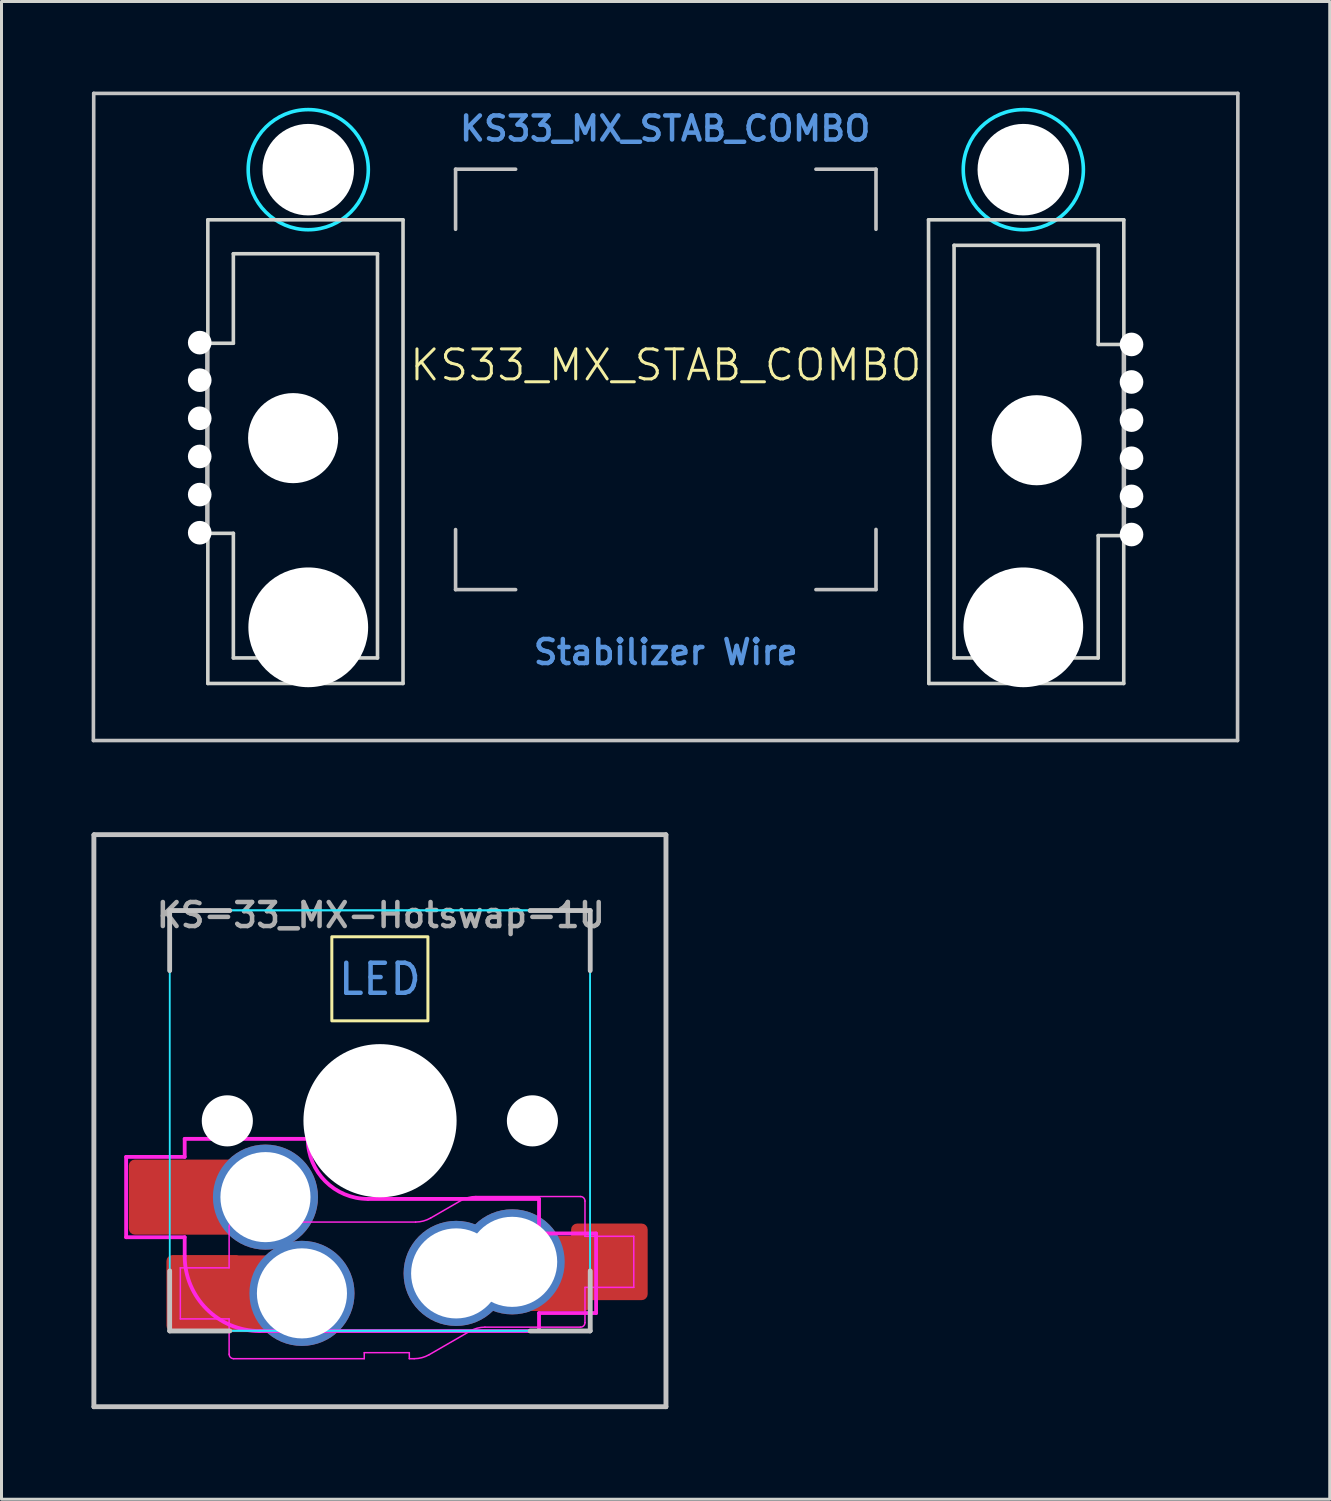
<source format=kicad_pcb>
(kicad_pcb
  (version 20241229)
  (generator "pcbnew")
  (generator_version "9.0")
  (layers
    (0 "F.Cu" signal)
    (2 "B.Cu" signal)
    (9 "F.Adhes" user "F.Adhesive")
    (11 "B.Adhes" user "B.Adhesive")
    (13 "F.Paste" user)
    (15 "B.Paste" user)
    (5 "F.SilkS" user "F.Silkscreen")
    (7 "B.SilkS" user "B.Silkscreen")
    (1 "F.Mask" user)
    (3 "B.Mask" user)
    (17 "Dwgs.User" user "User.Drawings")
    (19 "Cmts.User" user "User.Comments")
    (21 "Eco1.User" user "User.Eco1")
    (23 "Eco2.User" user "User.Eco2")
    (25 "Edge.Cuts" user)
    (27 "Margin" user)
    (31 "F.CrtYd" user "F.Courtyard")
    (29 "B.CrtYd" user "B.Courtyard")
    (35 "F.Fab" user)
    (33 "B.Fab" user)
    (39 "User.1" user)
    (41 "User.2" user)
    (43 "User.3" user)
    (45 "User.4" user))
  (footprint "KS33_MX_STAB_COMBO"
    (layer "F.Cu")
    (at 19.121 9.61)
    (property "Reference" "KS33_MX_STAB_COMBO" (at 0 -0.5 0) (unlocked yes) (layer "F.SilkS") (effects (font (size 1 1) (thickness 0.1))))
    (attr smd)
    (fp_line (start -19.06 12) (end 19.04 12) (stroke (width 0.12) (type solid)) (layer "Dwgs.User"))
    (fp_line (start -19.05 -9.55) (end -19.061 11.999) (stroke (width 0.12) (type solid)) (layer "Dwgs.User"))
    (fp_line (start -19.05 -9.55) (end 19.05 -9.55) (stroke (width 0.12) (type solid)) (layer "Dwgs.User"))
    (fp_line (start -15.266 5.1) (end -15.266 -1.21) (stroke (width 0.15) (type solid)) (layer "Dwgs.User"))
    (fp_line (start -7 -7.025) (end -5 -7.025) (stroke (width 0.12) (type solid)) (layer "Dwgs.User"))
    (fp_line (start -7 -5.025) (end -7 -7.025) (stroke (width 0.12) (type solid)) (layer "Dwgs.User"))
    (fp_line (start -7 6.975) (end -7 4.975) (stroke (width 0.12) (type solid)) (layer "Dwgs.User"))
    (fp_line (start -5 6.975) (end -7 6.975) (stroke (width 0.12) (type solid)) (layer "Dwgs.User"))
    (fp_line (start 5 -7.025) (end 7 -7.025) (stroke (width 0.12) (type solid)) (layer "Dwgs.User"))
    (fp_line (start 5 6.975) (end 7 6.975) (stroke (width 0.12) (type solid)) (layer "Dwgs.User"))
    (fp_line (start 7 -7.025) (end 7 -5.025) (stroke (width 0.12) (type solid)) (layer "Dwgs.User"))
    (fp_line (start 7 4.97) (end 7 6.97) (stroke (width 0.12) (type solid)) (layer "Dwgs.User"))
    (fp_line (start 15.255 5.16) (end 15.255 -1.15) (stroke (width 0.15) (type solid)) (layer "Dwgs.User"))
    (fp_line (start 19.05 -9.55) (end 19.04 12) (stroke (width 0.12) (type solid)) (layer "Dwgs.User"))
    (fp_line (start -15.25 -5.34) (end -8.75 -5.34) (stroke (width 0.12) (type solid)) (layer "Edge.Cuts"))
    (fp_line (start -15.25 -1.23) (end -15.25 -5.34) (stroke (width 0.12) (type solid)) (layer "Edge.Cuts"))
    (fp_line (start -15.25 10.1) (end -15.25 5.1) (stroke (width 0.12) (type solid)) (layer "Edge.Cuts"))
    (fp_line (start -14.4 -1.23) (end -15.25 -1.23) (stroke (width 0.12) (type solid)) (layer "Edge.Cuts"))
    (fp_line (start -14.4 -1.23) (end -14.4 -4.21) (stroke (width 0.12) (type solid)) (layer "Edge.Cuts"))
    (fp_line (start -14.4 5.1) (end -15.25 5.1) (stroke (width 0.12) (type solid)) (layer "Edge.Cuts"))
    (fp_line (start -14.4 5.1) (end -14.4 9.25) (stroke (width 0.12) (type solid)) (layer "Edge.Cuts"))
    (fp_line (start -14.4 9.25) (end -9.6 9.25) (stroke (width 0.12) (type solid)) (layer "Edge.Cuts"))
    (fp_line (start -9.6 -4.21) (end -14.4 -4.21) (stroke (width 0.12) (type solid)) (layer "Edge.Cuts"))
    (fp_line (start -9.6 9.25) (end -9.6 -4.21) (stroke (width 0.12) (type solid)) (layer "Edge.Cuts"))
    (fp_line (start -8.75 -5.34) (end -8.75 10.1) (stroke (width 0.12) (type solid)) (layer "Edge.Cuts"))
    (fp_line (start -8.75 10.1) (end -15.25 10.1) (stroke (width 0.12) (type solid)) (layer "Edge.Cuts"))
    (fp_line (start 8.75 -5.34) (end 8.76 10.1) (stroke (width 0.12) (type solid)) (layer "Edge.Cuts"))
    (fp_line (start 8.75 -5.34) (end 15.252 -5.34) (stroke (width 0.12) (type solid)) (layer "Edge.Cuts"))
    (fp_line (start 9.6 -4.49) (end 14.4 -4.49) (stroke (width 0.12) (type solid)) (layer "Edge.Cuts"))
    (fp_line (start 9.6 9.25) (end 9.6 -4.49) (stroke (width 0.12) (type solid)) (layer "Edge.Cuts"))
    (fp_line (start 14.4 -1.19) (end 14.4 -4.49) (stroke (width 0.12) (type solid)) (layer "Edge.Cuts"))
    (fp_line (start 14.4 5.175) (end 14.4 9.25) (stroke (width 0.12) (type solid)) (layer "Edge.Cuts"))
    (fp_line (start 14.4 5.175) (end 15.25 5.175) (stroke (width 0.12) (type solid)) (layer "Edge.Cuts"))
    (fp_line (start 14.4 9.25) (end 9.6 9.25) (stroke (width 0.12) (type solid)) (layer "Edge.Cuts"))
    (fp_line (start 15.25 10.1) (end 8.76 10.1) (stroke (width 0.12) (type solid)) (layer "Edge.Cuts"))
    (fp_line (start 15.25 10.1) (end 15.25 5.175) (stroke (width 0.12) (type solid)) (layer "Edge.Cuts"))
    (fp_line (start 15.255 -1.19) (end 14.4 -1.19) (stroke (width 0.12) (type solid)) (layer "Edge.Cuts"))
    (fp_line (start 15.255 -1.19) (end 15.252 -5.34) (stroke (width 0.12) (type solid)) (layer "Edge.Cuts"))
    (fp_circle (center -11.906 -7.01) (end -9.906 -7.01) (stroke (width 0.12) (type solid)) (fill no) (layer "B.CrtYd"))
    (fp_circle (center 11.906 -7.01) (end 13.906 -7.01) (stroke (width 0.12) (type solid)) (fill no) (layer "B.CrtYd"))
    (fp_text user "Stabilizer Wire" (at 0 9.525 0) (unlocked yes) (layer "Cmts.User") (effects (font (size 0.8 0.8) (thickness 0.15)) (justify bottom)))
    (fp_text user "KS33_MX_STAB_COMBO" (at -0.02 -7.91 0) (unlocked yes) (layer "Cmts.User") (effects (font (size 0.8 0.8) (thickness 0.15)) (justify bottom)))
    (pad "" np_thru_hole circle (at -15.52 -1.25 90) (size 0.787 0.787) (drill 0.787) (layers "*.Cu" "*.Mask"))
    (pad "" np_thru_hole circle (at -15.52 0 90) (size 0.787 0.787) (drill 0.787) (layers "*.Cu" "*.Mask"))
    (pad "" np_thru_hole circle (at -15.52 1.27 90) (size 0.787 0.787) (drill 0.787) (layers "*.Cu" "*.Mask"))
    (pad "" np_thru_hole circle (at -15.52 2.54 90) (size 0.787 0.787) (drill 0.787) (layers "*.Cu" "*.Mask"))
    (pad "" np_thru_hole circle (at -15.52 3.81 90) (size 0.787 0.787) (drill 0.787) (layers "*.Cu" "*.Mask"))
    (pad "" np_thru_hole circle (at -15.52 5.08 90) (size 0.787 0.787) (drill 0.787) (layers "*.Cu" "*.Mask"))
    (pad "" np_thru_hole circle (at -12.41 1.93) (size 3 3) (drill 3) (layers "*.Cu" "*.Mask"))
    (pad "" np_thru_hole circle (at -11.906 -7.01) (size 3.048 3.048) (drill 3.048) (layers "*.Cu" "*.Mask"))
    (pad "" np_thru_hole circle (at -11.906 8.23) (size 3.988 3.988) (drill 3.988) (layers "*.Cu" "*.Mask"))
    (pad "" np_thru_hole circle (at 11.906 -7.01) (size 3.048 3.048) (drill 3.048) (layers "*.Cu" "*.Mask"))
    (pad "" np_thru_hole circle (at 11.906 8.23) (size 3.988 3.988) (drill 3.988) (layers "*.Cu" "*.Mask"))
    (pad "" np_thru_hole circle (at 12.35 2) (size 3 3) (drill 3) (layers "*.Cu" "*.Mask"))
    (pad "" np_thru_hole circle (at 15.509 -1.19 270) (size 0.787 0.787) (drill 0.787) (layers "*.Cu" "*.Mask"))
    (pad "" np_thru_hole circle (at 15.509 0.06 270) (size 0.787 0.787) (drill 0.787) (layers "*.Cu" "*.Mask"))
    (pad "" np_thru_hole circle (at 15.509 1.33 270) (size 0.787 0.787) (drill 0.787) (layers "*.Cu" "*.Mask"))
    (pad "" np_thru_hole circle (at 15.509 2.6 270) (size 0.787 0.787) (drill 0.787) (layers "*.Cu" "*.Mask"))
    (pad "" np_thru_hole circle (at 15.509 3.87 270) (size 0.787 0.787) (drill 0.787) (layers "*.Cu" "*.Mask"))
    (pad "" np_thru_hole circle (at 15.509 5.14 270) (size 0.787 0.787) (drill 0.787) (layers "*.Cu" "*.Mask")))
  (footprint "KS-33_MX-Hotswap-1U"
    (layer "F.Cu")
    (at 9.6 34.275)
    (property "Reference" "KS-33_MX-Hotswap-1U" (at 0.03 -6.85 180) (layer "F.Fab") (effects (font (size 0.8 0.8) (thickness 0.15))))
    (attr smd)
    (fp_rect (start -1.6 -6.13) (end 1.6 -3.33) (stroke (width 0.1) (type default)) (fill no) (layer "F.SilkS"))
    (fp_line (start -9.525 -9.525) (end -9.525 9.525) (stroke (width 0.15) (type solid)) (layer "Dwgs.User"))
    (fp_line (start -9.525 -9.525) (end 9.525 -9.525) (stroke (width 0.15) (type solid)) (layer "Dwgs.User"))
    (fp_line (start -9.525 9.525) (end 9.525 9.525) (stroke (width 0.15) (type solid)) (layer "Dwgs.User"))
    (fp_line (start -9.52 9.52) (end -9.52 -9.53) (stroke (width 0.15) (type solid)) (layer "Dwgs.User"))
    (fp_line (start -7 -7) (end -7 -5) (stroke (width 0.15) (type solid)) (layer "Dwgs.User"))
    (fp_line (start -7 5) (end -7 7) (stroke (width 0.15) (type solid)) (layer "Dwgs.User"))
    (fp_line (start -7 7) (end -5 7) (stroke (width 0.15) (type solid)) (layer "Dwgs.User"))
    (fp_line (start -6.995 -7.005) (end -4.995 -7.005) (stroke (width 0.15) (type solid)) (layer "Dwgs.User"))
    (fp_line (start -6.995 -5.005) (end -6.995 -7.005) (stroke (width 0.15) (type solid)) (layer "Dwgs.User"))
    (fp_line (start -6.995 4.995) (end -6.995 6.995) (stroke (width 0.15) (type solid)) (layer "Dwgs.User"))
    (fp_line (start -6.995 6.995) (end -4.995 6.995) (stroke (width 0.15) (type solid)) (layer "Dwgs.User"))
    (fp_line (start -5 -7) (end -7 -7) (stroke (width 0.15) (type solid)) (layer "Dwgs.User"))
    (fp_line (start 5.005 6.995) (end 7.005 6.995) (stroke (width 0.15) (type solid)) (layer "Dwgs.User"))
    (fp_line (start 7 -7) (end 5 -7) (stroke (width 0.15) (type solid)) (layer "Dwgs.User"))
    (fp_line (start 7 -5) (end 7 -7) (stroke (width 0.15) (type solid)) (layer "Dwgs.User"))
    (fp_line (start 7 5) (end 7 7) (stroke (width 0.15) (type solid)) (layer "Dwgs.User"))
    (fp_line (start 7 7) (end 5 7) (stroke (width 0.15) (type solid)) (layer "Dwgs.User"))
    (fp_line (start 7.005 -7.005) (end 5.005 -7.005) (stroke (width 0.15) (type solid)) (layer "Dwgs.User"))
    (fp_line (start 7.005 -5.005) (end 7.005 -7.005) (stroke (width 0.15) (type solid)) (layer "Dwgs.User"))
    (fp_line (start 7.005 6.995) (end 7.005 4.995) (stroke (width 0.15) (type solid)) (layer "Dwgs.User"))
    (fp_line (start 9.525 -9.525) (end 9.525 9.525) (stroke (width 0.15) (type solid)) (layer "Dwgs.User"))
    (fp_line (start 9.53 -9.53) (end -9.52 -9.53) (stroke (width 0.15) (type solid)) (layer "Dwgs.User"))
    (fp_line (start 9.53 9.52) (end -9.52 9.52) (stroke (width 0.15) (type solid)) (layer "Dwgs.User"))
    (fp_line (start 9.53 9.52) (end 9.53 -9.53) (stroke (width 0.15) (type solid)) (layer "Dwgs.User"))
    (fp_line (start -6.95 -6.47) (end -6.95 6.43) (stroke (width 0.05) (type solid)) (layer "Eco2.User"))
    (fp_line (start -6.95 -6.45) (end -6.95 6.45) (stroke (width 0.05) (type solid)) (layer "Eco2.User"))
    (fp_line (start -6.45 6.95) (end 6.45 6.95) (stroke (width 0.05) (type solid)) (layer "Eco2.User"))
    (fp_line (start 6.45 -6.97) (end -6.45 -6.97) (stroke (width 0.05) (type solid)) (layer "Eco2.User"))
    (fp_line (start 6.45 -6.95) (end -6.45 -6.95) (stroke (width 0.05) (type solid)) (layer "Eco2.User"))
    (fp_line (start 6.95 6.43) (end 6.95 -6.47) (stroke (width 0.05) (type solid)) (layer "Eco2.User"))
    (fp_line (start 6.95 6.45) (end 6.95 -6.45) (stroke (width 0.05) (type solid)) (layer "Eco2.User"))
    (fp_arc (start -6.95 -6.47) (mid -6.803553 -6.823553) (end -6.45 -6.97) (stroke (width 0.05) (type solid)) (layer "Eco2.User"))
    (fp_arc (start -6.95 -6.45) (mid -6.803553 -6.803553) (end -6.45 -6.95) (stroke (width 0.05) (type solid)) (layer "Eco2.User"))
    (fp_arc (start -6.45 6.95) (mid -6.803552 6.803553) (end -6.95 6.45) (stroke (width 0.05) (type solid)) (layer "Eco2.User"))
    (fp_arc (start 6.45 -6.97) (mid 6.803553 -6.823553) (end 6.95 -6.47) (stroke (width 0.05) (type solid)) (layer "Eco2.User"))
    (fp_arc (start 6.45 -6.95) (mid 6.803554 -6.803554) (end 6.95 -6.45) (stroke (width 0.05) (type solid)) (layer "Eco2.User"))
    (fp_rect (start -7 -7.02) (end 7 6.98) (stroke (width 0.05) (type default)) (fill no) (layer "B.CrtYd"))
    (fp_rect (start -7 -7) (end 7 7) (stroke (width 0.05) (type default)) (fill no) (layer "B.CrtYd"))
    (fp_line (start -8.45 1.2) (end -8.45 3.875) (stroke (width 0.127) (type solid)) (layer "F.CrtYd"))
    (fp_line (start -8.45 3.875) (end -6.5 3.875) (stroke (width 0.127) (type solid)) (layer "F.CrtYd"))
    (fp_line (start -6.645 4.895) (end -6.645 6.595) (stroke (width 0.05) (type solid)) (layer "F.CrtYd"))
    (fp_line (start -6.645 6.595) (end -5.02 6.595) (stroke (width 0.05) (type solid)) (layer "F.CrtYd"))
    (fp_line (start -6.5 1.2) (end -8.45 1.2) (stroke (width 0.127) (type solid)) (layer "F.CrtYd"))
    (fp_line (start -6.5 1.2) (end -6.5 0.6) (stroke (width 0.127) (type solid)) (layer "F.CrtYd"))
    (fp_line (start -6.5 3.875) (end -6.5 4.5) (stroke (width 0.127) (type solid)) (layer "F.CrtYd"))
    (fp_line (start -5.02 3.52) (end -5.02 4.895) (stroke (width 0.05) (type solid)) (layer "F.CrtYd"))
    (fp_line (start -5.02 4.895) (end -6.645 4.895) (stroke (width 0.05) (type solid)) (layer "F.CrtYd"))
    (fp_line (start -5.02 6.595) (end -5.02 7.77) (stroke (width 0.05) (type solid)) (layer "F.CrtYd"))
    (fp_line (start -4.87 7.92) (end -0.52 7.92) (stroke (width 0.05) (type solid)) (layer "F.CrtYd"))
    (fp_line (start -4 7) (end 5.3 7) (stroke (width 0.127) (type solid)) (layer "F.CrtYd"))
    (fp_line (start -2.4 0.6) (end -6.5 0.6) (stroke (width 0.127) (type solid)) (layer "F.CrtYd"))
    (fp_line (start -0.52 7.72) (end 0.98 7.72) (stroke (width 0.05) (type solid)) (layer "F.CrtYd"))
    (fp_line (start -0.52 7.92) (end -0.52 7.72) (stroke (width 0.05) (type solid)) (layer "F.CrtYd"))
    (fp_line (start 0.98 7.72) (end 0.98 7.92) (stroke (width 0.05) (type solid)) (layer "F.CrtYd"))
    (fp_line (start 0.98 7.92) (end 1.143 7.92) (stroke (width 0.05) (type solid)) (layer "F.CrtYd"))
    (fp_line (start 1.19 3.37) (end -4.87 3.37) (stroke (width 0.05) (type solid)) (layer "F.CrtYd"))
    (fp_line (start 1.643 7.786) (end 2.998 7.004) (stroke (width 0.05) (type solid)) (layer "F.CrtYd"))
    (fp_line (start 2.698 2.654) (end 1.69 3.236) (stroke (width 0.05) (type solid)) (layer "F.CrtYd"))
    (fp_line (start 3.498 6.87) (end 6.68 6.87) (stroke (width 0.05) (type solid)) (layer "F.CrtYd"))
    (fp_line (start 5.3 2.6) (end -0.4 2.6) (stroke (width 0.127) (type solid)) (layer "F.CrtYd"))
    (fp_line (start 5.3 3.75) (end 5.3 2.6) (stroke (width 0.127) (type solid)) (layer "F.CrtYd"))
    (fp_line (start 5.3 3.75) (end 7.2 3.75) (stroke (width 0.127) (type solid)) (layer "F.CrtYd"))
    (fp_line (start 5.3 6.4) (end 5.3 7) (stroke (width 0.127) (type solid)) (layer "F.CrtYd"))
    (fp_line (start 6.68 2.52) (end 3.198 2.52) (stroke (width 0.05) (type solid)) (layer "F.CrtYd"))
    (fp_line (start 6.83 3.845) (end 6.83 2.67) (stroke (width 0.05) (type solid)) (layer "F.CrtYd"))
    (fp_line (start 6.83 5.545) (end 8.455 5.545) (stroke (width 0.05) (type solid)) (layer "F.CrtYd"))
    (fp_line (start 6.83 6.72) (end 6.83 5.545) (stroke (width 0.05) (type solid)) (layer "F.CrtYd"))
    (fp_line (start 7.2 3.75) (end 7.2 6.4) (stroke (width 0.127) (type solid)) (layer "F.CrtYd"))
    (fp_line (start 7.2 6.4) (end 5.3 6.4) (stroke (width 0.127) (type solid)) (layer "F.CrtYd"))
    (fp_line (start 8.455 3.845) (end 6.83 3.845) (stroke (width 0.05) (type solid)) (layer "F.CrtYd"))
    (fp_line (start 8.455 5.545) (end 8.455 3.845) (stroke (width 0.05) (type solid)) (layer "F.CrtYd"))
    (fp_arc (start -5.02 3.52) (mid -4.976066 3.413934) (end -4.87 3.37) (stroke (width 0.05) (type solid)) (layer "F.CrtYd"))
    (fp_arc (start -4.87 7.92) (mid -4.976066 7.876066) (end -5.02 7.77) (stroke (width 0.05) (type solid)) (layer "F.CrtYd"))
    (fp_arc (start -4 7) (mid -5.767767 6.267767) (end -6.5 4.5) (stroke (width 0.127) (type solid)) (layer "F.CrtYd"))
    (fp_arc (start -0.4 2.6) (mid -1.814214 2.014214) (end -2.4 0.6) (stroke (width 0.127) (type solid)) (layer "F.CrtYd"))
    (fp_arc (start 1.643397 7.786025) (mid 1.402216 7.885925) (end 1.143397 7.92) (stroke (width 0.05) (type solid)) (layer "F.CrtYd"))
    (fp_arc (start 1.689808 3.236025) (mid 1.448627 3.335927) (end 1.189808 3.37) (stroke (width 0.05) (type solid)) (layer "F.CrtYd"))
    (fp_arc (start 2.697949 2.653975) (mid 2.939131 2.554086) (end 3.197949 2.52) (stroke (width 0.05) (type solid)) (layer "F.CrtYd"))
    (fp_arc (start 2.997949 7.003975) (mid 3.239134 6.904092) (end 3.497949 6.87) (stroke (width 0.05) (type solid)) (layer "F.CrtYd"))
    (fp_arc (start 6.68 2.52) (mid 6.786066 2.563934) (end 6.83 2.67) (stroke (width 0.05) (type solid)) (layer "F.CrtYd"))
    (fp_arc (start 6.83 6.72) (mid 6.786066 6.826066) (end 6.68 6.87) (stroke (width 0.05) (type solid)) (layer "F.CrtYd"))
    (fp_text user "LED" (at 0 -4.72 0) (unlocked yes) (layer "Cmts.User") (effects (font (size 1 1) (thickness 0.15))))
    (pad "" np_thru_hole circle (at -5.08 0 131.901) (size 1.702 1.702) (drill 1.702) (layers "*.Cu" "*.Mask"))
    (pad "" np_thru_hole circle (at 0 0 180) (size 3.988 3.988) (drill 3.988) (layers "*.Cu" "*.Mask"))
    (pad "" np_thru_hole circle (at 0.005 -0.005 180) (size 5.1 5.1) (drill 5.1) (layers "*.Cu" "*.Mask"))
    (pad "" np_thru_hole circle (at 5.08 0 131.901) (size 1.702 1.702) (drill 1.702) (layers "*.Cu" "*.Mask"))
    (pad "1" thru_hole circle (at 2.54 5.08 180) (size 3.5 3.5) (drill 3) (layers "*.Cu" "*.Mask"))
    (pad "1" thru_hole circle (at 4.405 4.695 180) (size 3.5 3.5) (drill 3) (layers "*.Cu" "*.Mask"))
    (pad "1" smd custom (at 7.643 4.695 180) (size 2.55 2.55) (layers "F.Cu" "F.Mask" "F.Paste") (options (anchor circle)) (primitives (gr_poly (pts (xy -1.275 -1.075) (xy -1.26 -1.152) (xy -1.216 -1.216) (xy -1.152 -1.26) (xy -1.075 -1.275) (xy 1.075 -1.275) (xy 1.152 -1.26) (xy 1.216 -1.216) (xy 1.26 -1.152) (xy 1.275 -1.075) (xy 1.275 1.075) (xy 1.26 1.152) (xy 1.216 1.216) (xy 1.152 1.26) (xy 1.075 1.275) (xy -1.075 1.275) (xy -1.152 1.26) (xy -1.216 1.216) (xy -1.26 1.152) (xy -1.275 1.075)) (width 0) (fill yes)) (gr_poly (pts (xy 0.761 0.847) (xy 0.696 0.804) (xy 0.653 0.739) (xy 0.638 0.663) (xy 0.638 -1.437) (xy 0.653 -1.514) (xy 0.696 -1.579) (xy 0.761 -1.622) (xy 0.838 -1.637) (xy 2.734 -1.637) (xy 2.576 -1.572) (xy 2.377 -1.458) (xy 2.196 -1.318) (xy 2.034 -1.156) (xy 1.895 -0.975) (xy 1.78 -0.776) (xy 1.692 -0.565) (xy 1.633 -0.344) (xy 1.603 -0.117) (xy 1.603 0.112) (xy 1.633 0.339) (xy 1.692 0.56) (xy 1.78 0.772) (xy 1.833 0.863) (xy 0.838 0.863)) (width 0) (fill yes))))
    (pad "2" smd custom (at -7.085 2.54 180) (size 2.5 2.5) (layers "F.Cu" "F.Mask" "F.Paste") (options (anchor circle)) (primitives (gr_poly (pts (xy -1.275 -1.05) (xy -1.26 -1.127) (xy -1.216 -1.191) (xy -1.152 -1.235) (xy -1.075 -1.25) (xy 1.075 -1.25) (xy 1.152 -1.235) (xy 1.216 -1.191) (xy 1.26 -1.127) (xy 1.275 -1.05) (xy 1.275 1.05) (xy 1.26 1.127) (xy 1.216 1.191) (xy 1.152 1.235) (xy 1.075 1.25) (xy -1.075 1.25) (xy -1.152 1.235) (xy -1.216 1.191) (xy -1.26 1.127) (xy -1.275 1.05)) (width 0) (fill yes)) (gr_poly (pts (xy -2.089 1.154) (xy -1.95 0.972) (xy -1.835 0.774) (xy -1.748 0.563) (xy -1.689 0.341) (xy -1.659 0.114) (xy -1.659 -0.114) (xy -1.689 -0.341) (xy -1.748 -0.563) (xy -1.835 -0.774) (xy -1.95 -0.972) (xy -2.089 -1.154) (xy -2.185 -1.25) (xy -0.745 -1.25) (xy -0.682 -1.237) (xy -0.628 -1.202) (xy -0.593 -1.148) (xy -0.58 -1.085) (xy -0.58 1.085) (xy -0.593 1.148) (xy -0.628 1.202) (xy -0.682 1.237) (xy -0.745 1.25) (xy -2.185 1.25)) (width 0) (fill yes))))
    (pad "2" smd custom (at -5.832 5.745 180) (size 2.55 2.55) (layers "F.Cu" "F.Mask" "F.Paste") (options (anchor circle)) (primitives (gr_poly (pts (xy -1.275 -1.075) (xy -1.26 -1.152) (xy -1.216 -1.216) (xy -1.152 -1.26) (xy -1.075 -1.275) (xy 1.075 -1.275) (xy 1.152 -1.26) (xy 1.216 -1.216) (xy 1.26 -1.152) (xy 1.275 -1.075) (xy 1.275 1.075) (xy 1.26 1.152) (xy 1.216 1.216) (xy 1.152 1.26) (xy 1.075 1.275) (xy -1.075 1.275) (xy -1.152 1.26) (xy -1.216 1.216) (xy -1.26 1.152) (xy -1.275 1.075)) (width 0) (fill yes)) (gr_poly (pts (xy -2.123 1.255) (xy -2.143 1.241) (xy -2.057 1.154) (xy -1.917 0.972) (xy -1.803 0.774) (xy -1.715 0.563) (xy -1.656 0.341) (xy -1.626 0.114) (xy -1.626 -0.114) (xy -1.656 -0.341) (xy -1.715 -0.563) (xy -1.803 -0.774) (xy -1.917 -0.972) (xy -2.057 -1.154) (xy -2.158 -1.256) (xy -2.123 -1.28) (xy -2.07 -1.29) (xy -0.59 -1.29) (xy -0.537 -1.28) (xy -0.493 -1.25) (xy -0.463 -1.205) (xy -0.453 -1.152) (xy -0.453 1.127) (xy -0.463 1.18) (xy -0.493 1.225) (xy -0.537 1.255) (xy -0.59 1.265) (xy -2.07 1.265)) (width 0) (fill yes))))
    (pad "2" thru_hole circle (at -3.81 2.54 180) (size 3.5 3.5) (drill 3) (layers "*.Cu" "*.Mask"))
    (pad "2" thru_hole circle (at -2.595 5.745 180) (size 3.5 3.5) (drill 3) (layers "*.Cu" "*.Mask")))
  (gr_rect
    (start -3 -3)
    (end 41.231 46.875)
    (stroke (width 0.1) (type default))
    (fill no)
    (layer "Edge.Cuts")))
</source>
